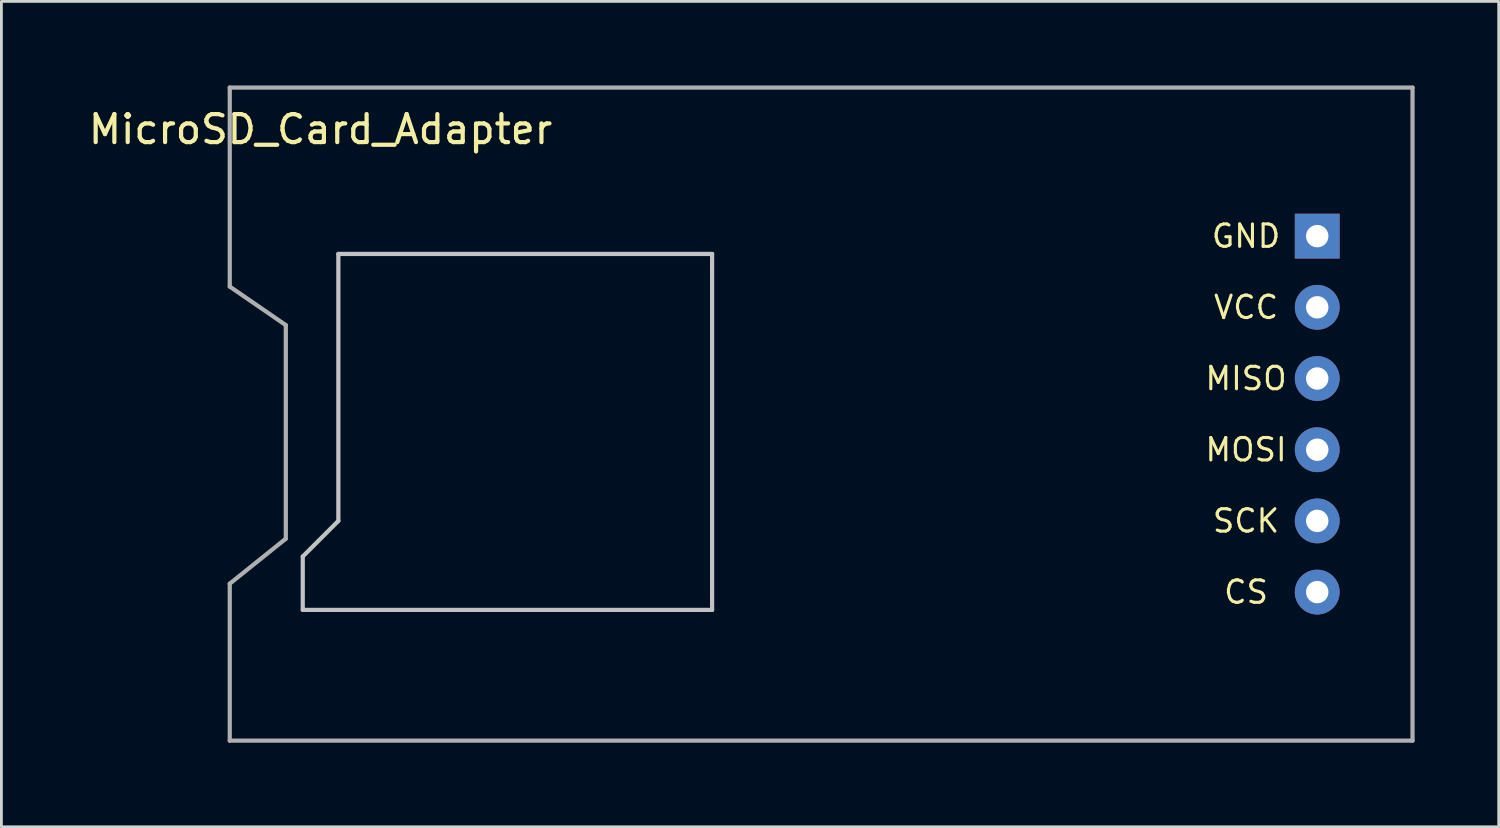
<source format=kicad_pcb>
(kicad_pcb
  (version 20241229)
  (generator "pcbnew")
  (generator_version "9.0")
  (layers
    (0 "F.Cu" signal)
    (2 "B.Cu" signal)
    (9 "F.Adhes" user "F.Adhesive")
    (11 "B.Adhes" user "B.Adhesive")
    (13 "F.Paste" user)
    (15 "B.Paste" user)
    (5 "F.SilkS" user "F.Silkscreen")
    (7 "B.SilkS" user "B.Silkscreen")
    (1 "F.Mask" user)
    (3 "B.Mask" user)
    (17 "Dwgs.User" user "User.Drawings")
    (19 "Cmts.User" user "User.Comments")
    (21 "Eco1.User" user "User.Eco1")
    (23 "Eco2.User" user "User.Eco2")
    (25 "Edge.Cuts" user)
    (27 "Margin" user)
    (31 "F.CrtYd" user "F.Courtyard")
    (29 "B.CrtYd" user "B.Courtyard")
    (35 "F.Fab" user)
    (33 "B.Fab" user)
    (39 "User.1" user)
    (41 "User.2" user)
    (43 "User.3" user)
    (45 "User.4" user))
  (footprint "MicroSD_Card_Adapter"
    (layer "F.Cu")
    (at 43.947 11.725)
    (property "Reference" "MicroSD_Card_Adapter" (at -35.56 -10.16 0) (layer "F.SilkS") (effects (font (size 1 1) (thickness 0.15))))
    (attr through_hole)
    (fp_line (start -36.195 5.08) (end -36.195 6.985) (stroke (width 0.15) (type solid)) (layer "Dwgs.User"))
    (fp_line (start -36.195 6.985) (end -21.59 6.985) (stroke (width 0.15) (type solid)) (layer "Dwgs.User"))
    (fp_line (start -34.925 -5.715) (end -34.925 3.81) (stroke (width 0.15) (type solid)) (layer "Dwgs.User"))
    (fp_line (start -34.925 3.81) (end -36.195 5.08) (stroke (width 0.15) (type solid)) (layer "Dwgs.User"))
    (fp_line (start -21.59 -5.715) (end -34.925 -5.715) (stroke (width 0.15) (type solid)) (layer "Dwgs.User"))
    (fp_line (start -21.59 6.985) (end -21.59 -5.715) (stroke (width 0.15) (type solid)) (layer "Dwgs.User"))
    (fp_line (start -38.8 -11.65) (end -38.8 -4.55) (stroke (width 0.15) (type solid)) (layer "F.Fab"))
    (fp_line (start -38.8 -4.55) (end -36.8 -3.175) (stroke (width 0.15) (type solid)) (layer "F.Fab"))
    (fp_line (start -38.8 6.05) (end -36.8 4.445) (stroke (width 0.15) (type solid)) (layer "F.Fab"))
    (fp_line (start -38.8 11.65) (end -38.8 6.05) (stroke (width 0.15) (type solid)) (layer "F.Fab"))
    (fp_line (start -36.8 4.445) (end -36.8 -3.175) (stroke (width 0.15) (type solid)) (layer "F.Fab"))
    (fp_line (start 3.4 -11.65) (end -38.8 -11.65) (stroke (width 0.15) (type solid)) (layer "F.Fab"))
    (fp_line (start 3.4 -11.65) (end 3.4 11.65) (stroke (width 0.15) (type solid)) (layer "F.Fab"))
    (fp_line (start 3.4 11.65) (end -38.8 11.65) (stroke (width 0.15) (type solid)) (layer "F.Fab"))
    (fp_text user "MOSI" (at -2.54 1.27 0) (layer "F.SilkS") (effects (font (size 0.8 0.8) (thickness 0.11))))
    (fp_text user "CS" (at -2.54 6.35 0) (layer "F.SilkS") (effects (font (size 0.8 0.8) (thickness 0.11))))
    (fp_text user "VCC" (at -2.54 -3.81 0) (layer "F.SilkS") (effects (font (size 0.8 0.8) (thickness 0.11))))
    (fp_text user "SCK" (at -2.54 3.81 0) (layer "F.SilkS") (effects (font (size 0.8 0.8) (thickness 0.11))))
    (fp_text user "GND" (at -2.54 -6.35 0) (layer "F.SilkS") (effects (font (size 0.8 0.8) (thickness 0.11))))
    (fp_text user "MISO" (at -2.54 -1.27 0) (layer "F.SilkS") (effects (font (size 0.8 0.8) (thickness 0.11))))
    (pad "1" thru_hole circle (at 0 6.35) (size 1.6 1.6) (drill 0.8) (layers "*.Cu" "*.Mask"))
    (pad "2" thru_hole circle (at 0 3.81) (size 1.6 1.6) (drill 0.8) (layers "*.Cu" "*.Mask"))
    (pad "3" thru_hole circle (at 0 1.27) (size 1.6 1.6) (drill 0.8) (layers "*.Cu" "*.Mask"))
    (pad "4" thru_hole circle (at 0 -1.27) (size 1.6 1.6) (drill 0.8) (layers "*.Cu" "*.Mask"))
    (pad "5" thru_hole circle (at 0 -3.81) (size 1.6 1.6) (drill 0.8) (layers "*.Cu" "*.Mask"))
    (pad "6" thru_hole rect (at 0 -6.35) (size 1.6 1.6) (drill 0.8) (layers "*.Cu" "*.Mask")))
  (gr_rect
    (start -3 -3)
    (end 50.422 26.45)
    (stroke (width 0.1) (type default))
    (fill no)
    (layer "Edge.Cuts")))
</source>
